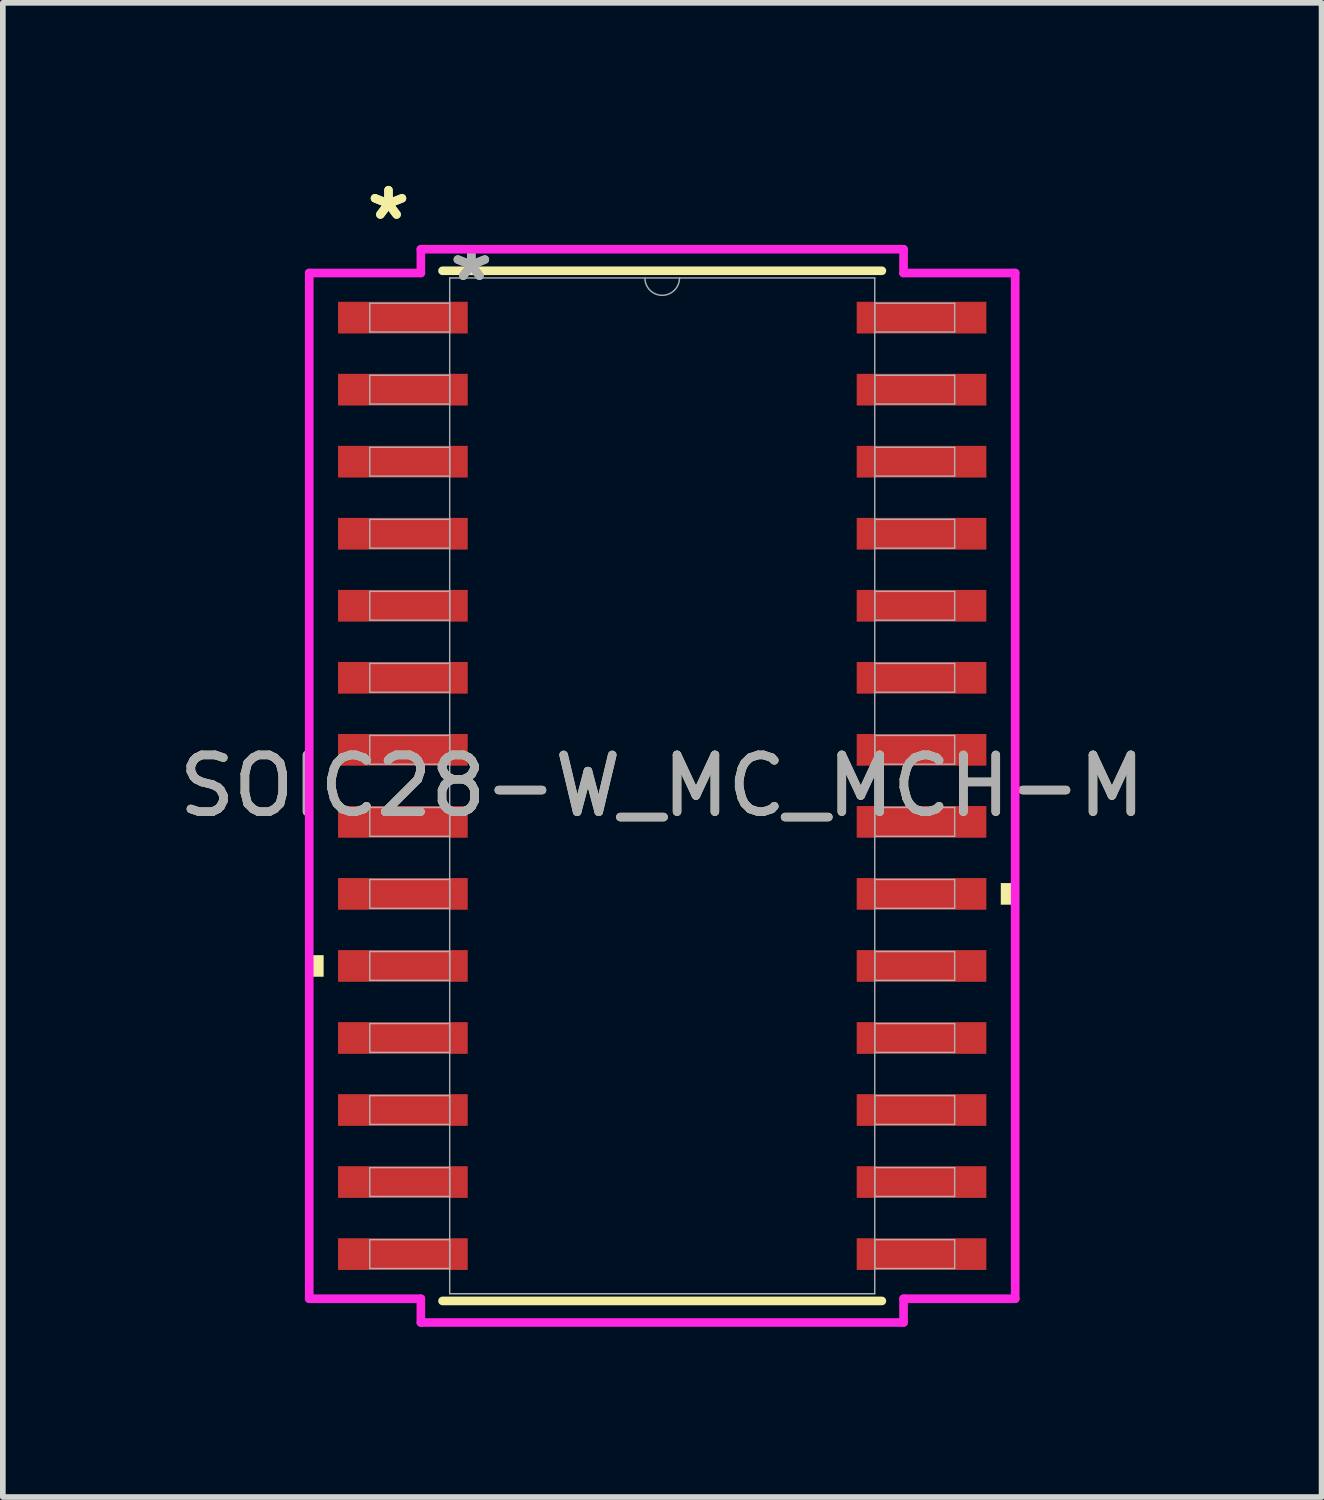
<source format=kicad_pcb>
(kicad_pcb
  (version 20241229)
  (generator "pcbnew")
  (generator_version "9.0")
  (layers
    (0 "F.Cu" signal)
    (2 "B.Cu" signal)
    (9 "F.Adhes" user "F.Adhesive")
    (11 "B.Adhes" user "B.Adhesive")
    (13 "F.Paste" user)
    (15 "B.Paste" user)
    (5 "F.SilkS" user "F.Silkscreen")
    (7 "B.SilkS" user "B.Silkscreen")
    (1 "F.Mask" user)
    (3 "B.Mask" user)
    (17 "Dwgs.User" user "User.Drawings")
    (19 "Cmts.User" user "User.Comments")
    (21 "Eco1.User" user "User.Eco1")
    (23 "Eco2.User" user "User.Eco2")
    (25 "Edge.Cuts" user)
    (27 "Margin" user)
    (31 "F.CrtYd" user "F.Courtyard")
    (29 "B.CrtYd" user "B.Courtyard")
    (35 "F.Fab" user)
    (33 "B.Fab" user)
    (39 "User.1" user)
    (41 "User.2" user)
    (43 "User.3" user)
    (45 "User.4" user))
  (footprint "SOIC28-W_MC_MCH-M"
    (layer "F.Cu")
    (at 8.625 10.805)
    (property "Reference" "SOIC28-W_MC_MCH-M" (at 0 0 0) (unlocked yes) (layer "F.SilkS") (effects (font (size 1 1) (thickness 0.15))))
    (attr smd)
    (fp_line (start -3.873 9.081) (end 3.873 9.081) (stroke (width 0.152) (type solid)) (layer "F.SilkS"))
    (fp_line (start 3.873 -9.081) (end -3.873 -9.081) (stroke (width 0.152) (type solid)) (layer "F.SilkS"))
    (fp_poly (pts (xy -6.223 2.985) (xy -6.223 3.365) (xy -5.969 3.365) (xy -5.969 2.985)) (stroke (width 0) (type solid)) (fill yes) (layer "F.SilkS"))
    (fp_poly (pts (xy 6.223 1.714) (xy 6.223 2.095) (xy 5.969 2.095) (xy 5.969 1.714)) (stroke (width 0) (type solid)) (fill yes) (layer "F.SilkS"))
    (fp_line (start -6.223 -9.042) (end -4.255 -9.042) (stroke (width 0.152) (type solid)) (layer "F.CrtYd"))
    (fp_line (start -6.223 9.042) (end -6.223 -9.042) (stroke (width 0.152) (type solid)) (layer "F.CrtYd"))
    (fp_line (start -6.223 9.042) (end -4.255 9.042) (stroke (width 0.152) (type solid)) (layer "F.CrtYd"))
    (fp_line (start -4.255 -9.461) (end 4.255 -9.461) (stroke (width 0.152) (type solid)) (layer "F.CrtYd"))
    (fp_line (start -4.255 -9.042) (end -4.255 -9.461) (stroke (width 0.152) (type solid)) (layer "F.CrtYd"))
    (fp_line (start -4.255 9.461) (end -4.255 9.042) (stroke (width 0.152) (type solid)) (layer "F.CrtYd"))
    (fp_line (start 4.255 -9.461) (end 4.255 -9.042) (stroke (width 0.152) (type solid)) (layer "F.CrtYd"))
    (fp_line (start 4.255 9.042) (end 4.255 9.461) (stroke (width 0.152) (type solid)) (layer "F.CrtYd"))
    (fp_line (start 4.255 9.461) (end -4.255 9.461) (stroke (width 0.152) (type solid)) (layer "F.CrtYd"))
    (fp_line (start 6.223 -9.042) (end 4.255 -9.042) (stroke (width 0.152) (type solid)) (layer "F.CrtYd"))
    (fp_line (start 6.223 -9.042) (end 6.223 9.042) (stroke (width 0.152) (type solid)) (layer "F.CrtYd"))
    (fp_line (start 6.223 9.042) (end 4.255 9.042) (stroke (width 0.152) (type solid)) (layer "F.CrtYd"))
    (fp_line (start -5.156 -8.509) (end -5.156 -8.001) (stroke (width 0.025) (type solid)) (layer "F.Fab"))
    (fp_line (start -5.156 -8.001) (end -3.747 -8.001) (stroke (width 0.025) (type solid)) (layer "F.Fab"))
    (fp_line (start -5.156 -7.239) (end -5.156 -6.731) (stroke (width 0.025) (type solid)) (layer "F.Fab"))
    (fp_line (start -5.156 -6.731) (end -3.747 -6.731) (stroke (width 0.025) (type solid)) (layer "F.Fab"))
    (fp_line (start -5.156 -5.969) (end -5.156 -5.461) (stroke (width 0.025) (type solid)) (layer "F.Fab"))
    (fp_line (start -5.156 -5.461) (end -3.747 -5.461) (stroke (width 0.025) (type solid)) (layer "F.Fab"))
    (fp_line (start -5.156 -4.699) (end -5.156 -4.191) (stroke (width 0.025) (type solid)) (layer "F.Fab"))
    (fp_line (start -5.156 -4.191) (end -3.747 -4.191) (stroke (width 0.025) (type solid)) (layer "F.Fab"))
    (fp_line (start -5.156 -3.429) (end -5.156 -2.921) (stroke (width 0.025) (type solid)) (layer "F.Fab"))
    (fp_line (start -5.156 -2.921) (end -3.747 -2.921) (stroke (width 0.025) (type solid)) (layer "F.Fab"))
    (fp_line (start -5.156 -2.159) (end -5.156 -1.651) (stroke (width 0.025) (type solid)) (layer "F.Fab"))
    (fp_line (start -5.156 -1.651) (end -3.747 -1.651) (stroke (width 0.025) (type solid)) (layer "F.Fab"))
    (fp_line (start -5.156 -0.889) (end -5.156 -0.381) (stroke (width 0.025) (type solid)) (layer "F.Fab"))
    (fp_line (start -5.156 -0.381) (end -3.747 -0.381) (stroke (width 0.025) (type solid)) (layer "F.Fab"))
    (fp_line (start -5.156 0.381) (end -5.156 0.889) (stroke (width 0.025) (type solid)) (layer "F.Fab"))
    (fp_line (start -5.156 0.889) (end -3.747 0.889) (stroke (width 0.025) (type solid)) (layer "F.Fab"))
    (fp_line (start -5.156 1.651) (end -5.156 2.159) (stroke (width 0.025) (type solid)) (layer "F.Fab"))
    (fp_line (start -5.156 2.159) (end -3.747 2.159) (stroke (width 0.025) (type solid)) (layer "F.Fab"))
    (fp_line (start -5.156 2.921) (end -5.156 3.429) (stroke (width 0.025) (type solid)) (layer "F.Fab"))
    (fp_line (start -5.156 3.429) (end -3.747 3.429) (stroke (width 0.025) (type solid)) (layer "F.Fab"))
    (fp_line (start -5.156 4.191) (end -5.156 4.699) (stroke (width 0.025) (type solid)) (layer "F.Fab"))
    (fp_line (start -5.156 4.699) (end -3.747 4.699) (stroke (width 0.025) (type solid)) (layer "F.Fab"))
    (fp_line (start -5.156 5.461) (end -5.156 5.969) (stroke (width 0.025) (type solid)) (layer "F.Fab"))
    (fp_line (start -5.156 5.969) (end -3.747 5.969) (stroke (width 0.025) (type solid)) (layer "F.Fab"))
    (fp_line (start -5.156 6.731) (end -5.156 7.239) (stroke (width 0.025) (type solid)) (layer "F.Fab"))
    (fp_line (start -5.156 7.239) (end -3.747 7.239) (stroke (width 0.025) (type solid)) (layer "F.Fab"))
    (fp_line (start -5.156 8.001) (end -5.156 8.509) (stroke (width 0.025) (type solid)) (layer "F.Fab"))
    (fp_line (start -5.156 8.509) (end -3.747 8.509) (stroke (width 0.025) (type solid)) (layer "F.Fab"))
    (fp_line (start -3.747 -8.954) (end -3.747 8.954) (stroke (width 0.025) (type solid)) (layer "F.Fab"))
    (fp_line (start -3.747 -8.509) (end -5.156 -8.509) (stroke (width 0.025) (type solid)) (layer "F.Fab"))
    (fp_line (start -3.747 -8.001) (end -3.747 -8.509) (stroke (width 0.025) (type solid)) (layer "F.Fab"))
    (fp_line (start -3.747 -7.239) (end -5.156 -7.239) (stroke (width 0.025) (type solid)) (layer "F.Fab"))
    (fp_line (start -3.747 -6.731) (end -3.747 -7.239) (stroke (width 0.025) (type solid)) (layer "F.Fab"))
    (fp_line (start -3.747 -5.969) (end -5.156 -5.969) (stroke (width 0.025) (type solid)) (layer "F.Fab"))
    (fp_line (start -3.747 -5.461) (end -3.747 -5.969) (stroke (width 0.025) (type solid)) (layer "F.Fab"))
    (fp_line (start -3.747 -4.699) (end -5.156 -4.699) (stroke (width 0.025) (type solid)) (layer "F.Fab"))
    (fp_line (start -3.747 -4.191) (end -3.747 -4.699) (stroke (width 0.025) (type solid)) (layer "F.Fab"))
    (fp_line (start -3.747 -3.429) (end -5.156 -3.429) (stroke (width 0.025) (type solid)) (layer "F.Fab"))
    (fp_line (start -3.747 -2.921) (end -3.747 -3.429) (stroke (width 0.025) (type solid)) (layer "F.Fab"))
    (fp_line (start -3.747 -2.159) (end -5.156 -2.159) (stroke (width 0.025) (type solid)) (layer "F.Fab"))
    (fp_line (start -3.747 -1.651) (end -3.747 -2.159) (stroke (width 0.025) (type solid)) (layer "F.Fab"))
    (fp_line (start -3.747 -0.889) (end -5.156 -0.889) (stroke (width 0.025) (type solid)) (layer "F.Fab"))
    (fp_line (start -3.747 -0.381) (end -3.747 -0.889) (stroke (width 0.025) (type solid)) (layer "F.Fab"))
    (fp_line (start -3.747 0.381) (end -5.156 0.381) (stroke (width 0.025) (type solid)) (layer "F.Fab"))
    (fp_line (start -3.747 0.889) (end -3.747 0.381) (stroke (width 0.025) (type solid)) (layer "F.Fab"))
    (fp_line (start -3.747 1.651) (end -5.156 1.651) (stroke (width 0.025) (type solid)) (layer "F.Fab"))
    (fp_line (start -3.747 2.159) (end -3.747 1.651) (stroke (width 0.025) (type solid)) (layer "F.Fab"))
    (fp_line (start -3.747 2.921) (end -5.156 2.921) (stroke (width 0.025) (type solid)) (layer "F.Fab"))
    (fp_line (start -3.747 3.429) (end -3.747 2.921) (stroke (width 0.025) (type solid)) (layer "F.Fab"))
    (fp_line (start -3.747 4.191) (end -5.156 4.191) (stroke (width 0.025) (type solid)) (layer "F.Fab"))
    (fp_line (start -3.747 4.699) (end -3.747 4.191) (stroke (width 0.025) (type solid)) (layer "F.Fab"))
    (fp_line (start -3.747 5.461) (end -5.156 5.461) (stroke (width 0.025) (type solid)) (layer "F.Fab"))
    (fp_line (start -3.747 5.969) (end -3.747 5.461) (stroke (width 0.025) (type solid)) (layer "F.Fab"))
    (fp_line (start -3.747 6.731) (end -5.156 6.731) (stroke (width 0.025) (type solid)) (layer "F.Fab"))
    (fp_line (start -3.747 7.239) (end -3.747 6.731) (stroke (width 0.025) (type solid)) (layer "F.Fab"))
    (fp_line (start -3.747 8.001) (end -5.156 8.001) (stroke (width 0.025) (type solid)) (layer "F.Fab"))
    (fp_line (start -3.747 8.509) (end -3.747 8.001) (stroke (width 0.025) (type solid)) (layer "F.Fab"))
    (fp_line (start -3.747 8.954) (end 3.747 8.954) (stroke (width 0.025) (type solid)) (layer "F.Fab"))
    (fp_line (start 3.747 -8.954) (end -3.747 -8.954) (stroke (width 0.025) (type solid)) (layer "F.Fab"))
    (fp_line (start 3.747 -8.509) (end 3.747 -8.001) (stroke (width 0.025) (type solid)) (layer "F.Fab"))
    (fp_line (start 3.747 -8.001) (end 5.156 -8.001) (stroke (width 0.025) (type solid)) (layer "F.Fab"))
    (fp_line (start 3.747 -7.239) (end 3.747 -6.731) (stroke (width 0.025) (type solid)) (layer "F.Fab"))
    (fp_line (start 3.747 -6.731) (end 5.156 -6.731) (stroke (width 0.025) (type solid)) (layer "F.Fab"))
    (fp_line (start 3.747 -5.969) (end 3.747 -5.461) (stroke (width 0.025) (type solid)) (layer "F.Fab"))
    (fp_line (start 3.747 -5.461) (end 5.156 -5.461) (stroke (width 0.025) (type solid)) (layer "F.Fab"))
    (fp_line (start 3.747 -4.699) (end 3.747 -4.191) (stroke (width 0.025) (type solid)) (layer "F.Fab"))
    (fp_line (start 3.747 -4.191) (end 5.156 -4.191) (stroke (width 0.025) (type solid)) (layer "F.Fab"))
    (fp_line (start 3.747 -3.429) (end 3.747 -2.921) (stroke (width 0.025) (type solid)) (layer "F.Fab"))
    (fp_line (start 3.747 -2.921) (end 5.156 -2.921) (stroke (width 0.025) (type solid)) (layer "F.Fab"))
    (fp_line (start 3.747 -2.159) (end 3.747 -1.651) (stroke (width 0.025) (type solid)) (layer "F.Fab"))
    (fp_line (start 3.747 -1.651) (end 5.156 -1.651) (stroke (width 0.025) (type solid)) (layer "F.Fab"))
    (fp_line (start 3.747 -0.889) (end 3.747 -0.381) (stroke (width 0.025) (type solid)) (layer "F.Fab"))
    (fp_line (start 3.747 -0.381) (end 5.156 -0.381) (stroke (width 0.025) (type solid)) (layer "F.Fab"))
    (fp_line (start 3.747 0.381) (end 3.747 0.889) (stroke (width 0.025) (type solid)) (layer "F.Fab"))
    (fp_line (start 3.747 0.889) (end 5.156 0.889) (stroke (width 0.025) (type solid)) (layer "F.Fab"))
    (fp_line (start 3.747 1.651) (end 3.747 2.159) (stroke (width 0.025) (type solid)) (layer "F.Fab"))
    (fp_line (start 3.747 2.159) (end 5.156 2.159) (stroke (width 0.025) (type solid)) (layer "F.Fab"))
    (fp_line (start 3.747 2.921) (end 3.747 3.429) (stroke (width 0.025) (type solid)) (layer "F.Fab"))
    (fp_line (start 3.747 3.429) (end 5.156 3.429) (stroke (width 0.025) (type solid)) (layer "F.Fab"))
    (fp_line (start 3.747 4.191) (end 3.747 4.699) (stroke (width 0.025) (type solid)) (layer "F.Fab"))
    (fp_line (start 3.747 4.699) (end 5.156 4.699) (stroke (width 0.025) (type solid)) (layer "F.Fab"))
    (fp_line (start 3.747 5.461) (end 3.747 5.969) (stroke (width 0.025) (type solid)) (layer "F.Fab"))
    (fp_line (start 3.747 5.969) (end 5.156 5.969) (stroke (width 0.025) (type solid)) (layer "F.Fab"))
    (fp_line (start 3.747 6.731) (end 3.747 7.239) (stroke (width 0.025) (type solid)) (layer "F.Fab"))
    (fp_line (start 3.747 7.239) (end 5.156 7.239) (stroke (width 0.025) (type solid)) (layer "F.Fab"))
    (fp_line (start 3.747 8.001) (end 3.747 8.509) (stroke (width 0.025) (type solid)) (layer "F.Fab"))
    (fp_line (start 3.747 8.509) (end 5.156 8.509) (stroke (width 0.025) (type solid)) (layer "F.Fab"))
    (fp_line (start 3.747 8.954) (end 3.747 -8.954) (stroke (width 0.025) (type solid)) (layer "F.Fab"))
    (fp_line (start 5.156 -8.509) (end 3.747 -8.509) (stroke (width 0.025) (type solid)) (layer "F.Fab"))
    (fp_line (start 5.156 -8.001) (end 5.156 -8.509) (stroke (width 0.025) (type solid)) (layer "F.Fab"))
    (fp_line (start 5.156 -7.239) (end 3.747 -7.239) (stroke (width 0.025) (type solid)) (layer "F.Fab"))
    (fp_line (start 5.156 -6.731) (end 5.156 -7.239) (stroke (width 0.025) (type solid)) (layer "F.Fab"))
    (fp_line (start 5.156 -5.969) (end 3.747 -5.969) (stroke (width 0.025) (type solid)) (layer "F.Fab"))
    (fp_line (start 5.156 -5.461) (end 5.156 -5.969) (stroke (width 0.025) (type solid)) (layer "F.Fab"))
    (fp_line (start 5.156 -4.699) (end 3.747 -4.699) (stroke (width 0.025) (type solid)) (layer "F.Fab"))
    (fp_line (start 5.156 -4.191) (end 5.156 -4.699) (stroke (width 0.025) (type solid)) (layer "F.Fab"))
    (fp_line (start 5.156 -3.429) (end 3.747 -3.429) (stroke (width 0.025) (type solid)) (layer "F.Fab"))
    (fp_line (start 5.156 -2.921) (end 5.156 -3.429) (stroke (width 0.025) (type solid)) (layer "F.Fab"))
    (fp_line (start 5.156 -2.159) (end 3.747 -2.159) (stroke (width 0.025) (type solid)) (layer "F.Fab"))
    (fp_line (start 5.156 -1.651) (end 5.156 -2.159) (stroke (width 0.025) (type solid)) (layer "F.Fab"))
    (fp_line (start 5.156 -0.889) (end 3.747 -0.889) (stroke (width 0.025) (type solid)) (layer "F.Fab"))
    (fp_line (start 5.156 -0.381) (end 5.156 -0.889) (stroke (width 0.025) (type solid)) (layer "F.Fab"))
    (fp_line (start 5.156 0.381) (end 3.747 0.381) (stroke (width 0.025) (type solid)) (layer "F.Fab"))
    (fp_line (start 5.156 0.889) (end 5.156 0.381) (stroke (width 0.025) (type solid)) (layer "F.Fab"))
    (fp_line (start 5.156 1.651) (end 3.747 1.651) (stroke (width 0.025) (type solid)) (layer "F.Fab"))
    (fp_line (start 5.156 2.159) (end 5.156 1.651) (stroke (width 0.025) (type solid)) (layer "F.Fab"))
    (fp_line (start 5.156 2.921) (end 3.747 2.921) (stroke (width 0.025) (type solid)) (layer "F.Fab"))
    (fp_line (start 5.156 3.429) (end 5.156 2.921) (stroke (width 0.025) (type solid)) (layer "F.Fab"))
    (fp_line (start 5.156 4.191) (end 3.747 4.191) (stroke (width 0.025) (type solid)) (layer "F.Fab"))
    (fp_line (start 5.156 4.699) (end 5.156 4.191) (stroke (width 0.025) (type solid)) (layer "F.Fab"))
    (fp_line (start 5.156 5.461) (end 3.747 5.461) (stroke (width 0.025) (type solid)) (layer "F.Fab"))
    (fp_line (start 5.156 5.969) (end 5.156 5.461) (stroke (width 0.025) (type solid)) (layer "F.Fab"))
    (fp_line (start 5.156 6.731) (end 3.747 6.731) (stroke (width 0.025) (type solid)) (layer "F.Fab"))
    (fp_line (start 5.156 7.239) (end 5.156 6.731) (stroke (width 0.025) (type solid)) (layer "F.Fab"))
    (fp_line (start 5.156 8.001) (end 3.747 8.001) (stroke (width 0.025) (type solid)) (layer "F.Fab"))
    (fp_line (start 5.156 8.509) (end 5.156 8.001) (stroke (width 0.025) (type solid)) (layer "F.Fab"))
    (fp_arc (start 0.3048 -8.9535) (mid 0 -8.6487) (end -0.3048 -8.9535) (stroke (width 0.0254) (type solid)) (layer "F.Fab"))
    (fp_text user "*" (at -4.826 -9.957 0) (layer "F.SilkS") (effects (font (size 1 1) (thickness 0.15))))
    (fp_text user "*" (at -4.826 -9.957 0) (unlocked yes) (layer "F.SilkS") (effects (font (size 1 1) (thickness 0.15))))
    (fp_text user "${REFERENCE}" (at 0 0 0) (unlocked yes) (layer "F.Fab") (effects (font (size 1 1) (thickness 0.15))))
    (fp_text user "*" (at -3.365 -8.877 0) (unlocked yes) (layer "F.Fab") (effects (font (size 1 1) (thickness 0.15))))
    (fp_text user "*" (at -3.365 -8.877 0) (layer "F.Fab") (effects (font (size 1 1) (thickness 0.15))))
    (pad "1" smd rect (at -4.572 -8.255) (size 2.286 0.559) (layers "F.Cu" "F.Mask" "F.Paste"))
    (pad "2" smd rect (at -4.572 -6.985) (size 2.286 0.559) (layers "F.Cu" "F.Mask" "F.Paste"))
    (pad "3" smd rect (at -4.572 -5.715) (size 2.286 0.559) (layers "F.Cu" "F.Mask" "F.Paste"))
    (pad "4" smd rect (at -4.572 -4.445) (size 2.286 0.559) (layers "F.Cu" "F.Mask" "F.Paste"))
    (pad "5" smd rect (at -4.572 -3.175) (size 2.286 0.559) (layers "F.Cu" "F.Mask" "F.Paste"))
    (pad "6" smd rect (at -4.572 -1.905) (size 2.286 0.559) (layers "F.Cu" "F.Mask" "F.Paste"))
    (pad "7" smd rect (at -4.572 -0.635) (size 2.286 0.559) (layers "F.Cu" "F.Mask" "F.Paste"))
    (pad "8" smd rect (at -4.572 0.635) (size 2.286 0.559) (layers "F.Cu" "F.Mask" "F.Paste"))
    (pad "9" smd rect (at -4.572 1.905) (size 2.286 0.559) (layers "F.Cu" "F.Mask" "F.Paste"))
    (pad "10" smd rect (at -4.572 3.175) (size 2.286 0.559) (layers "F.Cu" "F.Mask" "F.Paste"))
    (pad "11" smd rect (at -4.572 4.445) (size 2.286 0.559) (layers "F.Cu" "F.Mask" "F.Paste"))
    (pad "12" smd rect (at -4.572 5.715) (size 2.286 0.559) (layers "F.Cu" "F.Mask" "F.Paste"))
    (pad "13" smd rect (at -4.572 6.985) (size 2.286 0.559) (layers "F.Cu" "F.Mask" "F.Paste"))
    (pad "14" smd rect (at -4.572 8.255) (size 2.286 0.559) (layers "F.Cu" "F.Mask" "F.Paste"))
    (pad "15" smd rect (at 4.572 8.255) (size 2.286 0.559) (layers "F.Cu" "F.Mask" "F.Paste"))
    (pad "16" smd rect (at 4.572 6.985) (size 2.286 0.559) (layers "F.Cu" "F.Mask" "F.Paste"))
    (pad "17" smd rect (at 4.572 5.715) (size 2.286 0.559) (layers "F.Cu" "F.Mask" "F.Paste"))
    (pad "18" smd rect (at 4.572 4.445) (size 2.286 0.559) (layers "F.Cu" "F.Mask" "F.Paste"))
    (pad "19" smd rect (at 4.572 3.175) (size 2.286 0.559) (layers "F.Cu" "F.Mask" "F.Paste"))
    (pad "20" smd rect (at 4.572 1.905) (size 2.286 0.559) (layers "F.Cu" "F.Mask" "F.Paste"))
    (pad "21" smd rect (at 4.572 0.635) (size 2.286 0.559) (layers "F.Cu" "F.Mask" "F.Paste"))
    (pad "22" smd rect (at 4.572 -0.635) (size 2.286 0.559) (layers "F.Cu" "F.Mask" "F.Paste"))
    (pad "23" smd rect (at 4.572 -1.905) (size 2.286 0.559) (layers "F.Cu" "F.Mask" "F.Paste"))
    (pad "24" smd rect (at 4.572 -3.175) (size 2.286 0.559) (layers "F.Cu" "F.Mask" "F.Paste"))
    (pad "25" smd rect (at 4.572 -4.445) (size 2.286 0.559) (layers "F.Cu" "F.Mask" "F.Paste"))
    (pad "26" smd rect (at 4.572 -5.715) (size 2.286 0.559) (layers "F.Cu" "F.Mask" "F.Paste"))
    (pad "27" smd rect (at 4.572 -6.985) (size 2.286 0.559) (layers "F.Cu" "F.Mask" "F.Paste"))
    (pad "28" smd rect (at 4.572 -8.255) (size 2.286 0.559) (layers "F.Cu" "F.Mask" "F.Paste")))
  (gr_rect
    (start -3 -3)
    (end 20.25 23.343)
    (stroke (width 0.1) (type default))
    (fill no)
    (layer "Edge.Cuts")))
</source>
